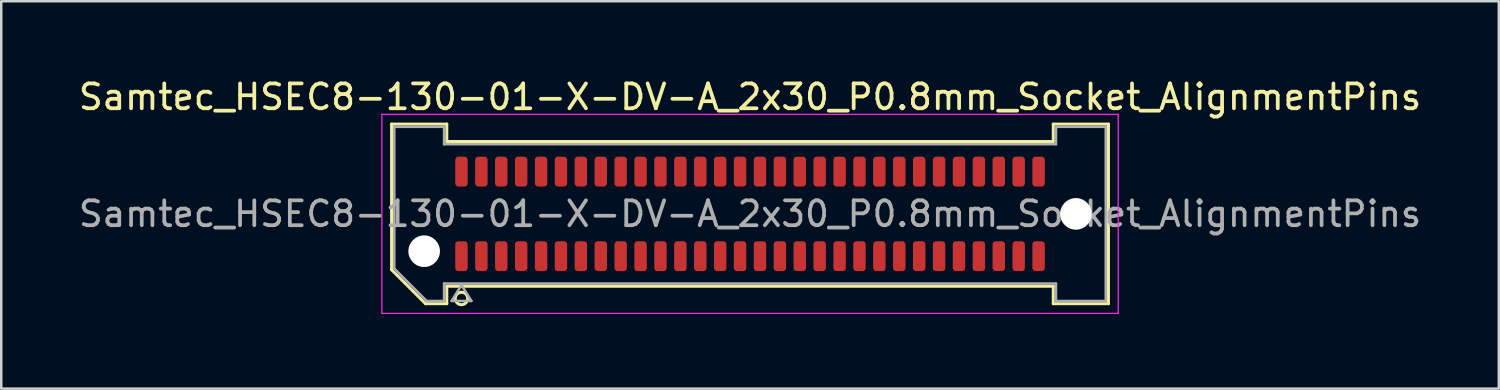
<source format=kicad_pcb>
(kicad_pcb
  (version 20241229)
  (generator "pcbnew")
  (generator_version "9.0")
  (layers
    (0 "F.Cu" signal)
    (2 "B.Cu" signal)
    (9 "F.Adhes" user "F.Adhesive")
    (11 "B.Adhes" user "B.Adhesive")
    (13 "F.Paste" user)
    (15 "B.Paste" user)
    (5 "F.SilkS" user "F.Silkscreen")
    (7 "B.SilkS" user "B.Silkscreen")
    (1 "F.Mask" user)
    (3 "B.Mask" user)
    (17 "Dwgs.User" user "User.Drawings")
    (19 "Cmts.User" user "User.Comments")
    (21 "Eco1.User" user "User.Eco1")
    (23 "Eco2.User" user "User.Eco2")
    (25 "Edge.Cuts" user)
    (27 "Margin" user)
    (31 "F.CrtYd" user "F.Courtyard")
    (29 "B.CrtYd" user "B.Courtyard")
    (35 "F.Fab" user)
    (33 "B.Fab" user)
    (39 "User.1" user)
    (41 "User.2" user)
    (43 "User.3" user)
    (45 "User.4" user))
  (footprint "Samtec_HSEC8-130-01-X-DV-A_2x30_P0.8mm_Socket_AlignmentPins"
    (layer "F.Cu")
    (at 27.101 5.548)
    (property "Reference" "Samtec_HSEC8-130-01-X-DV-A_2x30_P0.8mm_Socket_AlignmentPins" (at 0 -4.7 0) (layer "F.SilkS") (effects (font (size 1 1) (thickness 0.15))))
    (attr smd)
    (fp_line (start -14.41 -3.61) (end -12.19 -3.61) (stroke (width 0.12) (type solid)) (layer "F.SilkS"))
    (fp_line (start -14.41 2.246) (end -14.41 -3.61) (stroke (width 0.12) (type solid)) (layer "F.SilkS"))
    (fp_line (start -13.046 3.61) (end -14.41 2.246) (stroke (width 0.12) (type solid)) (layer "F.SilkS"))
    (fp_line (start -12.19 -3.61) (end -12.19 -2.91) (stroke (width 0.12) (type solid)) (layer "F.SilkS"))
    (fp_line (start -12.19 -2.91) (end 12.19 -2.91) (stroke (width 0.12) (type solid)) (layer "F.SilkS"))
    (fp_line (start -12.19 2.91) (end -12.19 3.61) (stroke (width 0.12) (type solid)) (layer "F.SilkS"))
    (fp_line (start -12.19 3.61) (end -13.046 3.61) (stroke (width 0.12) (type solid)) (layer "F.SilkS"))
    (fp_line (start 12.19 -3.61) (end 14.41 -3.61) (stroke (width 0.12) (type solid)) (layer "F.SilkS"))
    (fp_line (start 12.19 -2.91) (end 12.19 -3.61) (stroke (width 0.12) (type solid)) (layer "F.SilkS"))
    (fp_line (start 12.19 2.91) (end -12.19 2.91) (stroke (width 0.12) (type solid)) (layer "F.SilkS"))
    (fp_line (start 12.19 3.61) (end 12.19 2.91) (stroke (width 0.12) (type solid)) (layer "F.SilkS"))
    (fp_line (start 14.41 -3.61) (end 14.41 3.61) (stroke (width 0.12) (type solid)) (layer "F.SilkS"))
    (fp_line (start 14.41 3.61) (end 12.19 3.61) (stroke (width 0.12) (type solid)) (layer "F.SilkS"))
    (fp_arc (start -11.35 3.4) (mid -11.85 3.4) (end -11.35 3.4) (stroke (width 0.12) (type solid)) (layer "F.SilkS"))
    (fp_line (start -14.8 -4) (end -14.8 4) (stroke (width 0.05) (type solid)) (layer "F.CrtYd"))
    (fp_line (start -14.8 4) (end 14.8 4) (stroke (width 0.05) (type solid)) (layer "F.CrtYd"))
    (fp_line (start 14.8 -4) (end -14.8 -4) (stroke (width 0.05) (type solid)) (layer "F.CrtYd"))
    (fp_line (start 14.8 4) (end 14.8 -4) (stroke (width 0.05) (type solid)) (layer "F.CrtYd"))
    (fp_line (start -14.3 -3.5) (end -12.3 -3.5) (stroke (width 0.1) (type solid)) (layer "F.Fab"))
    (fp_line (start -14.3 2.2) (end -14.3 -3.5) (stroke (width 0.1) (type solid)) (layer "F.Fab"))
    (fp_line (start -13 3.5) (end -14.3 2.2) (stroke (width 0.1) (type solid)) (layer "F.Fab"))
    (fp_line (start -12.3 -3.5) (end -12.3 -2.8) (stroke (width 0.1) (type solid)) (layer "F.Fab"))
    (fp_line (start -12.3 -2.8) (end 12.3 -2.8) (stroke (width 0.1) (type solid)) (layer "F.Fab"))
    (fp_line (start -12.3 2.8) (end -12.3 3.5) (stroke (width 0.1) (type solid)) (layer "F.Fab"))
    (fp_line (start -12.3 3.5) (end -13 3.5) (stroke (width 0.1) (type solid)) (layer "F.Fab"))
    (fp_line (start -12 3.5) (end -11.6 2.86) (stroke (width 0.1) (type solid)) (layer "F.Fab"))
    (fp_line (start -11.6 2.86) (end -11.2 3.5) (stroke (width 0.1) (type solid)) (layer "F.Fab"))
    (fp_line (start -11.2 3.5) (end -12 3.5) (stroke (width 0.1) (type solid)) (layer "F.Fab"))
    (fp_line (start 12.3 -3.5) (end 14.3 -3.5) (stroke (width 0.1) (type solid)) (layer "F.Fab"))
    (fp_line (start 12.3 -2.8) (end 12.3 -3.5) (stroke (width 0.1) (type solid)) (layer "F.Fab"))
    (fp_line (start 12.3 2.8) (end -12.3 2.8) (stroke (width 0.1) (type solid)) (layer "F.Fab"))
    (fp_line (start 12.3 3.5) (end 12.3 2.8) (stroke (width 0.1) (type solid)) (layer "F.Fab"))
    (fp_line (start 14.3 -3.5) (end 14.3 3.5) (stroke (width 0.1) (type solid)) (layer "F.Fab"))
    (fp_line (start 14.3 3.5) (end 12.3 3.5) (stroke (width 0.1) (type solid)) (layer "F.Fab"))
    (fp_text user "${REFERENCE}" (at 0 0 0) (layer "F.Fab") (effects (font (size 1 1) (thickness 0.15))))
    (pad "" np_thru_hole circle (at -13.1 1.5) (size 1.27 1.27) (drill 1.27) (layers "*.Cu" "*.Mask"))
    (pad "" np_thru_hole circle (at 13.1 0) (size 1.27 1.27) (drill 1.27) (layers "*.Cu" "*.Mask"))
    (pad "1" smd roundrect (at -11.6 1.7) (size 0.5 1.2) (layers "F.Cu" "F.Mask" "F.Paste") (roundrect_rratio 0.25))
    (pad "2" smd roundrect (at -11.6 -1.7) (size 0.5 1.2) (layers "F.Cu" "F.Mask" "F.Paste") (roundrect_rratio 0.25))
    (pad "3" smd roundrect (at -10.8 1.7) (size 0.5 1.2) (layers "F.Cu" "F.Mask" "F.Paste") (roundrect_rratio 0.25))
    (pad "4" smd roundrect (at -10.8 -1.7) (size 0.5 1.2) (layers "F.Cu" "F.Mask" "F.Paste") (roundrect_rratio 0.25))
    (pad "5" smd roundrect (at -10 1.7) (size 0.5 1.2) (layers "F.Cu" "F.Mask" "F.Paste") (roundrect_rratio 0.25))
    (pad "6" smd roundrect (at -10 -1.7) (size 0.5 1.2) (layers "F.Cu" "F.Mask" "F.Paste") (roundrect_rratio 0.25))
    (pad "7" smd roundrect (at -9.2 1.7) (size 0.5 1.2) (layers "F.Cu" "F.Mask" "F.Paste") (roundrect_rratio 0.25))
    (pad "8" smd roundrect (at -9.2 -1.7) (size 0.5 1.2) (layers "F.Cu" "F.Mask" "F.Paste") (roundrect_rratio 0.25))
    (pad "9" smd roundrect (at -8.4 1.7) (size 0.5 1.2) (layers "F.Cu" "F.Mask" "F.Paste") (roundrect_rratio 0.25))
    (pad "10" smd roundrect (at -8.4 -1.7) (size 0.5 1.2) (layers "F.Cu" "F.Mask" "F.Paste") (roundrect_rratio 0.25))
    (pad "11" smd roundrect (at -7.6 1.7) (size 0.5 1.2) (layers "F.Cu" "F.Mask" "F.Paste") (roundrect_rratio 0.25))
    (pad "12" smd roundrect (at -7.6 -1.7) (size 0.5 1.2) (layers "F.Cu" "F.Mask" "F.Paste") (roundrect_rratio 0.25))
    (pad "13" smd roundrect (at -6.8 1.7) (size 0.5 1.2) (layers "F.Cu" "F.Mask" "F.Paste") (roundrect_rratio 0.25))
    (pad "14" smd roundrect (at -6.8 -1.7) (size 0.5 1.2) (layers "F.Cu" "F.Mask" "F.Paste") (roundrect_rratio 0.25))
    (pad "15" smd roundrect (at -6 1.7) (size 0.5 1.2) (layers "F.Cu" "F.Mask" "F.Paste") (roundrect_rratio 0.25))
    (pad "16" smd roundrect (at -6 -1.7) (size 0.5 1.2) (layers "F.Cu" "F.Mask" "F.Paste") (roundrect_rratio 0.25))
    (pad "17" smd roundrect (at -5.2 1.7) (size 0.5 1.2) (layers "F.Cu" "F.Mask" "F.Paste") (roundrect_rratio 0.25))
    (pad "18" smd roundrect (at -5.2 -1.7) (size 0.5 1.2) (layers "F.Cu" "F.Mask" "F.Paste") (roundrect_rratio 0.25))
    (pad "19" smd roundrect (at -4.4 1.7) (size 0.5 1.2) (layers "F.Cu" "F.Mask" "F.Paste") (roundrect_rratio 0.25))
    (pad "20" smd roundrect (at -4.4 -1.7) (size 0.5 1.2) (layers "F.Cu" "F.Mask" "F.Paste") (roundrect_rratio 0.25))
    (pad "21" smd roundrect (at -3.6 1.7) (size 0.5 1.2) (layers "F.Cu" "F.Mask" "F.Paste") (roundrect_rratio 0.25))
    (pad "22" smd roundrect (at -3.6 -1.7) (size 0.5 1.2) (layers "F.Cu" "F.Mask" "F.Paste") (roundrect_rratio 0.25))
    (pad "23" smd roundrect (at -2.8 1.7) (size 0.5 1.2) (layers "F.Cu" "F.Mask" "F.Paste") (roundrect_rratio 0.25))
    (pad "24" smd roundrect (at -2.8 -1.7) (size 0.5 1.2) (layers "F.Cu" "F.Mask" "F.Paste") (roundrect_rratio 0.25))
    (pad "25" smd roundrect (at -2 1.7) (size 0.5 1.2) (layers "F.Cu" "F.Mask" "F.Paste") (roundrect_rratio 0.25))
    (pad "26" smd roundrect (at -2 -1.7) (size 0.5 1.2) (layers "F.Cu" "F.Mask" "F.Paste") (roundrect_rratio 0.25))
    (pad "27" smd roundrect (at -1.2 1.7) (size 0.5 1.2) (layers "F.Cu" "F.Mask" "F.Paste") (roundrect_rratio 0.25))
    (pad "28" smd roundrect (at -1.2 -1.7) (size 0.5 1.2) (layers "F.Cu" "F.Mask" "F.Paste") (roundrect_rratio 0.25))
    (pad "29" smd roundrect (at -0.4 1.7) (size 0.5 1.2) (layers "F.Cu" "F.Mask" "F.Paste") (roundrect_rratio 0.25))
    (pad "30" smd roundrect (at -0.4 -1.7) (size 0.5 1.2) (layers "F.Cu" "F.Mask" "F.Paste") (roundrect_rratio 0.25))
    (pad "31" smd roundrect (at 0.4 1.7) (size 0.5 1.2) (layers "F.Cu" "F.Mask" "F.Paste") (roundrect_rratio 0.25))
    (pad "32" smd roundrect (at 0.4 -1.7) (size 0.5 1.2) (layers "F.Cu" "F.Mask" "F.Paste") (roundrect_rratio 0.25))
    (pad "33" smd roundrect (at 1.2 1.7) (size 0.5 1.2) (layers "F.Cu" "F.Mask" "F.Paste") (roundrect_rratio 0.25))
    (pad "34" smd roundrect (at 1.2 -1.7) (size 0.5 1.2) (layers "F.Cu" "F.Mask" "F.Paste") (roundrect_rratio 0.25))
    (pad "35" smd roundrect (at 2 1.7) (size 0.5 1.2) (layers "F.Cu" "F.Mask" "F.Paste") (roundrect_rratio 0.25))
    (pad "36" smd roundrect (at 2 -1.7) (size 0.5 1.2) (layers "F.Cu" "F.Mask" "F.Paste") (roundrect_rratio 0.25))
    (pad "37" smd roundrect (at 2.8 1.7) (size 0.5 1.2) (layers "F.Cu" "F.Mask" "F.Paste") (roundrect_rratio 0.25))
    (pad "38" smd roundrect (at 2.8 -1.7) (size 0.5 1.2) (layers "F.Cu" "F.Mask" "F.Paste") (roundrect_rratio 0.25))
    (pad "39" smd roundrect (at 3.6 1.7) (size 0.5 1.2) (layers "F.Cu" "F.Mask" "F.Paste") (roundrect_rratio 0.25))
    (pad "40" smd roundrect (at 3.6 -1.7) (size 0.5 1.2) (layers "F.Cu" "F.Mask" "F.Paste") (roundrect_rratio 0.25))
    (pad "41" smd roundrect (at 4.4 1.7) (size 0.5 1.2) (layers "F.Cu" "F.Mask" "F.Paste") (roundrect_rratio 0.25))
    (pad "42" smd roundrect (at 4.4 -1.7) (size 0.5 1.2) (layers "F.Cu" "F.Mask" "F.Paste") (roundrect_rratio 0.25))
    (pad "43" smd roundrect (at 5.2 1.7) (size 0.5 1.2) (layers "F.Cu" "F.Mask" "F.Paste") (roundrect_rratio 0.25))
    (pad "44" smd roundrect (at 5.2 -1.7) (size 0.5 1.2) (layers "F.Cu" "F.Mask" "F.Paste") (roundrect_rratio 0.25))
    (pad "45" smd roundrect (at 6 1.7) (size 0.5 1.2) (layers "F.Cu" "F.Mask" "F.Paste") (roundrect_rratio 0.25))
    (pad "46" smd roundrect (at 6 -1.7) (size 0.5 1.2) (layers "F.Cu" "F.Mask" "F.Paste") (roundrect_rratio 0.25))
    (pad "47" smd roundrect (at 6.8 1.7) (size 0.5 1.2) (layers "F.Cu" "F.Mask" "F.Paste") (roundrect_rratio 0.25))
    (pad "48" smd roundrect (at 6.8 -1.7) (size 0.5 1.2) (layers "F.Cu" "F.Mask" "F.Paste") (roundrect_rratio 0.25))
    (pad "49" smd roundrect (at 7.6 1.7) (size 0.5 1.2) (layers "F.Cu" "F.Mask" "F.Paste") (roundrect_rratio 0.25))
    (pad "50" smd roundrect (at 7.6 -1.7) (size 0.5 1.2) (layers "F.Cu" "F.Mask" "F.Paste") (roundrect_rratio 0.25))
    (pad "51" smd roundrect (at 8.4 1.7) (size 0.5 1.2) (layers "F.Cu" "F.Mask" "F.Paste") (roundrect_rratio 0.25))
    (pad "52" smd roundrect (at 8.4 -1.7) (size 0.5 1.2) (layers "F.Cu" "F.Mask" "F.Paste") (roundrect_rratio 0.25))
    (pad "53" smd roundrect (at 9.2 1.7) (size 0.5 1.2) (layers "F.Cu" "F.Mask" "F.Paste") (roundrect_rratio 0.25))
    (pad "54" smd roundrect (at 9.2 -1.7) (size 0.5 1.2) (layers "F.Cu" "F.Mask" "F.Paste") (roundrect_rratio 0.25))
    (pad "55" smd roundrect (at 10 1.7) (size 0.5 1.2) (layers "F.Cu" "F.Mask" "F.Paste") (roundrect_rratio 0.25))
    (pad "56" smd roundrect (at 10 -1.7) (size 0.5 1.2) (layers "F.Cu" "F.Mask" "F.Paste") (roundrect_rratio 0.25))
    (pad "57" smd roundrect (at 10.8 1.7) (size 0.5 1.2) (layers "F.Cu" "F.Mask" "F.Paste") (roundrect_rratio 0.25))
    (pad "58" smd roundrect (at 10.8 -1.7) (size 0.5 1.2) (layers "F.Cu" "F.Mask" "F.Paste") (roundrect_rratio 0.25))
    (pad "59" smd roundrect (at 11.6 1.7) (size 0.5 1.2) (layers "F.Cu" "F.Mask" "F.Paste") (roundrect_rratio 0.25))
    (pad "60" smd roundrect (at 11.6 -1.7) (size 0.5 1.2) (layers "F.Cu" "F.Mask" "F.Paste") (roundrect_rratio 0.25)))
  (gr_rect
    (start -3 -3)
    (end 57.202 12.573)
    (stroke (width 0.1) (type default))
    (fill no)
    (layer "Edge.Cuts")))
</source>
